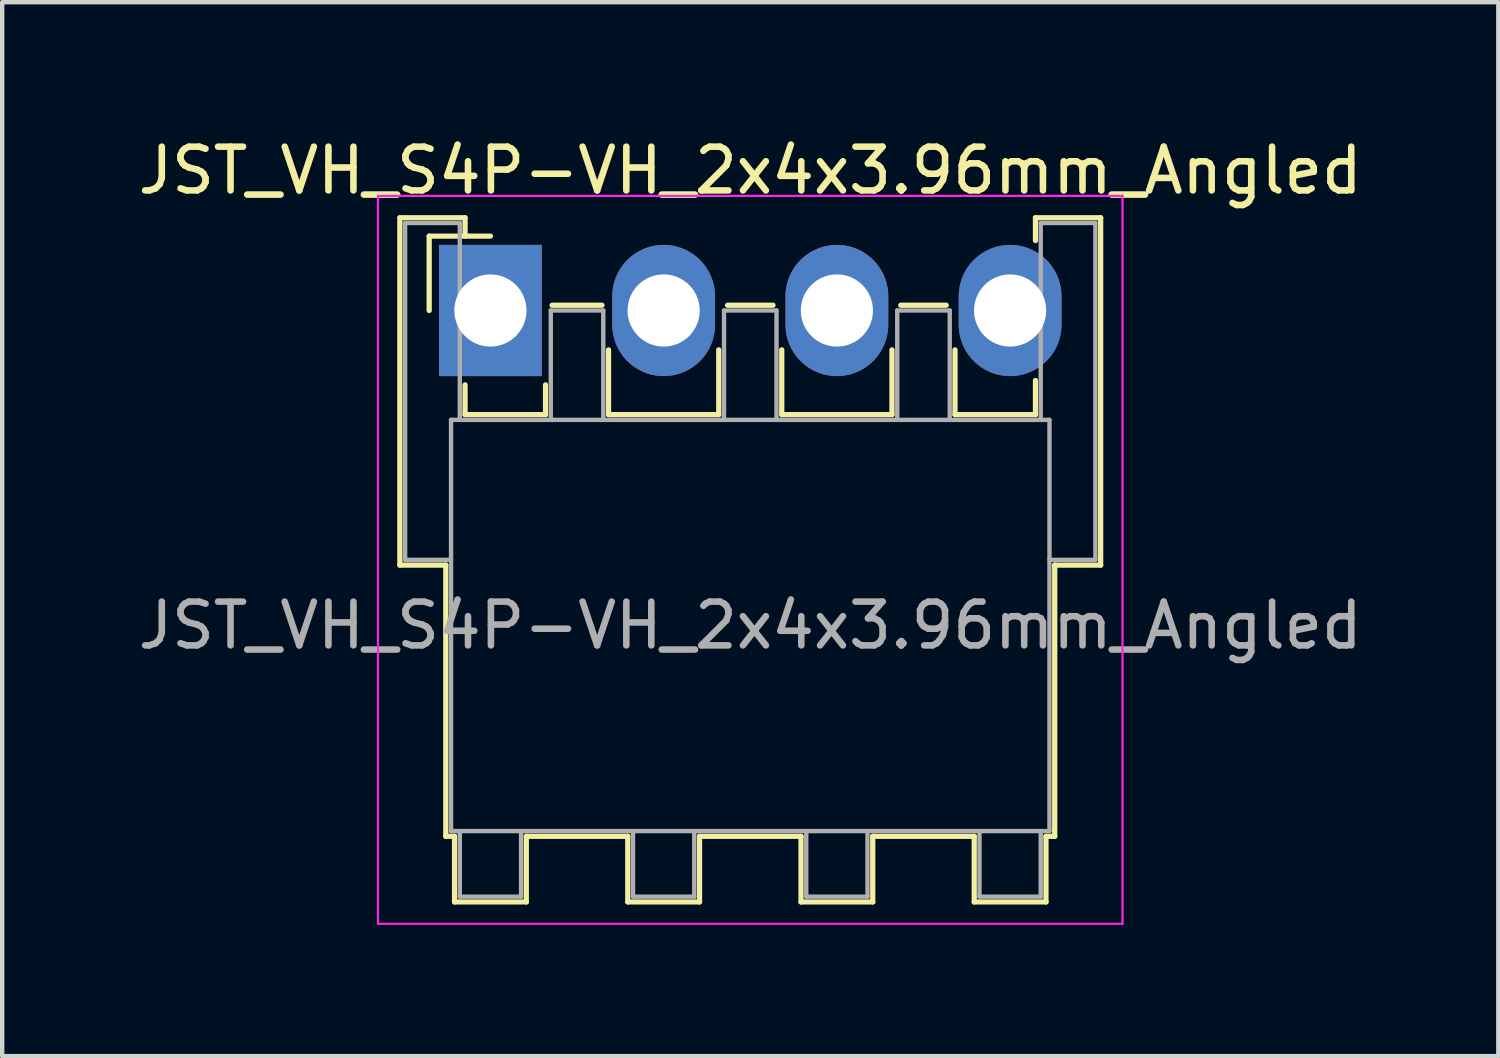
<source format=kicad_pcb>
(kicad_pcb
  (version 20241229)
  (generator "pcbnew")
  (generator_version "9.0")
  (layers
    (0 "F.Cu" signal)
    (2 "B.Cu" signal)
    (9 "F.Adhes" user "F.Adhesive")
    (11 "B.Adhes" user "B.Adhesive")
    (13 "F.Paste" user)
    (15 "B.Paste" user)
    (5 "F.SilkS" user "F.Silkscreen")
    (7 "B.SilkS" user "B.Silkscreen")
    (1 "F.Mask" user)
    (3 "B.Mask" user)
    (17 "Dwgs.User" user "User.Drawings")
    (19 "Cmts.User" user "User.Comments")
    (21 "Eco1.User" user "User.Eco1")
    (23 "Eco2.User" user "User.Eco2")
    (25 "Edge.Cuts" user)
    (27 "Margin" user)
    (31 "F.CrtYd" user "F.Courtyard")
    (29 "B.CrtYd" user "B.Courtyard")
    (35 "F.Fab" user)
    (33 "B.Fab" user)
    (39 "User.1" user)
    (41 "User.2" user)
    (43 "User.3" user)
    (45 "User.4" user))
  (footprint "JST_VH_S4P-VH_2x4x3.96mm_Angled"
    (layer "F.Cu")
    (at 8.161 4.048)
    (property "Reference" "JST_VH_S4P-VH_2x4x3.96mm_Angled" (at 5.94 -3.2 0) (layer "F.SilkS") (effects (font (size 1 1) (thickness 0.15))))
    (attr through_hole)
    (fp_line (start -2.07 -2.12) (end -0.58 -2.12) (stroke (width 0.12) (type solid)) (layer "F.SilkS"))
    (fp_line (start -2.07 5.82) (end -2.07 -2.12) (stroke (width 0.12) (type solid)) (layer "F.SilkS"))
    (fp_line (start -1.4 -1.7) (end -1.4 0) (stroke (width 0.12) (type solid)) (layer "F.SilkS"))
    (fp_line (start -1.02 5.82) (end -2.07 5.82) (stroke (width 0.12) (type solid)) (layer "F.SilkS"))
    (fp_line (start -1.02 5.82) (end -1.02 12.02) (stroke (width 0.12) (type solid)) (layer "F.SilkS"))
    (fp_line (start -1.02 12.02) (end -0.82 12.02) (stroke (width 0.12) (type solid)) (layer "F.SilkS"))
    (fp_line (start -0.82 12.02) (end -0.82 13.52) (stroke (width 0.12) (type solid)) (layer "F.SilkS"))
    (fp_line (start -0.82 13.52) (end 0.82 13.52) (stroke (width 0.12) (type solid)) (layer "F.SilkS"))
    (fp_line (start -0.58 -2.12) (end -0.58 -1.7) (stroke (width 0.12) (type solid)) (layer "F.SilkS"))
    (fp_line (start -0.58 1.7) (end -0.58 2.38) (stroke (width 0.12) (type solid)) (layer "F.SilkS"))
    (fp_line (start -0.58 2.38) (end 1.26 2.38) (stroke (width 0.12) (type solid)) (layer "F.SilkS"))
    (fp_line (start 0 -1.7) (end -1.4 -1.7) (stroke (width 0.12) (type solid)) (layer "F.SilkS"))
    (fp_line (start 0.82 12.02) (end 3.14 12.02) (stroke (width 0.12) (type solid)) (layer "F.SilkS"))
    (fp_line (start 0.82 13.52) (end 0.82 12.02) (stroke (width 0.12) (type solid)) (layer "F.SilkS"))
    (fp_line (start 1.26 2.38) (end 1.26 1.7) (stroke (width 0.12) (type solid)) (layer "F.SilkS"))
    (fp_line (start 1.41 -0.12) (end 2.55 -0.12) (stroke (width 0.12) (type solid)) (layer "F.SilkS"))
    (fp_line (start 2.7 0.9) (end 2.7 2.38) (stroke (width 0.12) (type solid)) (layer "F.SilkS"))
    (fp_line (start 2.7 2.38) (end 5.22 2.38) (stroke (width 0.12) (type solid)) (layer "F.SilkS"))
    (fp_line (start 3.14 12.02) (end 3.14 13.52) (stroke (width 0.12) (type solid)) (layer "F.SilkS"))
    (fp_line (start 3.14 13.52) (end 4.78 13.52) (stroke (width 0.12) (type solid)) (layer "F.SilkS"))
    (fp_line (start 4.78 12.02) (end 7.1 12.02) (stroke (width 0.12) (type solid)) (layer "F.SilkS"))
    (fp_line (start 4.78 13.52) (end 4.78 12.02) (stroke (width 0.12) (type solid)) (layer "F.SilkS"))
    (fp_line (start 5.22 2.38) (end 5.22 0.9) (stroke (width 0.12) (type solid)) (layer "F.SilkS"))
    (fp_line (start 5.42 -0.12) (end 6.46 -0.12) (stroke (width 0.12) (type solid)) (layer "F.SilkS"))
    (fp_line (start 6.66 0.9) (end 6.66 2.38) (stroke (width 0.12) (type solid)) (layer "F.SilkS"))
    (fp_line (start 6.66 2.38) (end 9.18 2.38) (stroke (width 0.12) (type solid)) (layer "F.SilkS"))
    (fp_line (start 7.1 12.02) (end 7.1 13.52) (stroke (width 0.12) (type solid)) (layer "F.SilkS"))
    (fp_line (start 7.1 13.52) (end 8.74 13.52) (stroke (width 0.12) (type solid)) (layer "F.SilkS"))
    (fp_line (start 8.74 12.02) (end 11.06 12.02) (stroke (width 0.12) (type solid)) (layer "F.SilkS"))
    (fp_line (start 8.74 13.52) (end 8.74 12.02) (stroke (width 0.12) (type solid)) (layer "F.SilkS"))
    (fp_line (start 9.18 2.38) (end 9.18 0.9) (stroke (width 0.12) (type solid)) (layer "F.SilkS"))
    (fp_line (start 9.38 -0.12) (end 10.42 -0.12) (stroke (width 0.12) (type solid)) (layer "F.SilkS"))
    (fp_line (start 10.62 0.9) (end 10.62 2.38) (stroke (width 0.12) (type solid)) (layer "F.SilkS"))
    (fp_line (start 10.62 2.38) (end 12.46 2.38) (stroke (width 0.12) (type solid)) (layer "F.SilkS"))
    (fp_line (start 11.06 12.02) (end 11.06 13.52) (stroke (width 0.12) (type solid)) (layer "F.SilkS"))
    (fp_line (start 11.06 13.52) (end 12.7 13.52) (stroke (width 0.12) (type solid)) (layer "F.SilkS"))
    (fp_line (start 12.46 -2.12) (end 13.95 -2.12) (stroke (width 0.12) (type solid)) (layer "F.SilkS"))
    (fp_line (start 12.46 -1.6) (end 12.46 -2.12) (stroke (width 0.12) (type solid)) (layer "F.SilkS"))
    (fp_line (start 12.46 2.38) (end 12.46 1.6) (stroke (width 0.12) (type solid)) (layer "F.SilkS"))
    (fp_line (start 12.7 12.02) (end 12.9 12.02) (stroke (width 0.12) (type solid)) (layer "F.SilkS"))
    (fp_line (start 12.7 13.52) (end 12.7 12.02) (stroke (width 0.12) (type solid)) (layer "F.SilkS"))
    (fp_line (start 12.9 12.02) (end 12.9 5.82) (stroke (width 0.12) (type solid)) (layer "F.SilkS"))
    (fp_line (start 13.95 -2.12) (end 13.95 5.82) (stroke (width 0.12) (type solid)) (layer "F.SilkS"))
    (fp_line (start 13.95 5.82) (end 12.9 5.82) (stroke (width 0.12) (type solid)) (layer "F.SilkS"))
    (fp_line (start -2.57 -2.62) (end -2.57 14.02) (stroke (width 0.05) (type solid)) (layer "F.CrtYd"))
    (fp_line (start -2.57 14.02) (end 14.45 14.02) (stroke (width 0.05) (type solid)) (layer "F.CrtYd"))
    (fp_line (start 14.45 -2.62) (end -2.57 -2.62) (stroke (width 0.05) (type solid)) (layer "F.CrtYd"))
    (fp_line (start 14.45 14.02) (end 14.45 -2.62) (stroke (width 0.05) (type solid)) (layer "F.CrtYd"))
    (fp_line (start -1.95 -2) (end -0.7 -2) (stroke (width 0.1) (type solid)) (layer "F.Fab"))
    (fp_line (start -1.95 5.7) (end -1.95 -2) (stroke (width 0.1) (type solid)) (layer "F.Fab"))
    (fp_line (start -0.9 2.5) (end -0.9 11.9) (stroke (width 0.1) (type solid)) (layer "F.Fab"))
    (fp_line (start -0.9 5.7) (end -1.95 5.7) (stroke (width 0.1) (type solid)) (layer "F.Fab"))
    (fp_line (start -0.9 11.9) (end 12.78 11.9) (stroke (width 0.1) (type solid)) (layer "F.Fab"))
    (fp_line (start -0.7 -2) (end -0.7 2.5) (stroke (width 0.1) (type solid)) (layer "F.Fab"))
    (fp_line (start -0.7 11.9) (end -0.7 13.4) (stroke (width 0.1) (type solid)) (layer "F.Fab"))
    (fp_line (start -0.7 13.4) (end 0.7 13.4) (stroke (width 0.1) (type solid)) (layer "F.Fab"))
    (fp_line (start 0.7 13.4) (end 0.7 11.9) (stroke (width 0.1) (type solid)) (layer "F.Fab"))
    (fp_line (start 1.38 0) (end 2.58 0) (stroke (width 0.1) (type solid)) (layer "F.Fab"))
    (fp_line (start 1.38 2.5) (end 1.38 0) (stroke (width 0.1) (type solid)) (layer "F.Fab"))
    (fp_line (start 2.58 0) (end 2.58 2.5) (stroke (width 0.1) (type solid)) (layer "F.Fab"))
    (fp_line (start 3.26 11.9) (end 3.26 13.4) (stroke (width 0.1) (type solid)) (layer "F.Fab"))
    (fp_line (start 3.26 13.4) (end 4.66 13.4) (stroke (width 0.1) (type solid)) (layer "F.Fab"))
    (fp_line (start 4.66 13.4) (end 4.66 11.9) (stroke (width 0.1) (type solid)) (layer "F.Fab"))
    (fp_line (start 5.34 0) (end 6.54 0) (stroke (width 0.1) (type solid)) (layer "F.Fab"))
    (fp_line (start 5.34 2.5) (end 5.34 0) (stroke (width 0.1) (type solid)) (layer "F.Fab"))
    (fp_line (start 6.54 0) (end 6.54 2.5) (stroke (width 0.1) (type solid)) (layer "F.Fab"))
    (fp_line (start 7.22 11.9) (end 7.22 13.4) (stroke (width 0.1) (type solid)) (layer "F.Fab"))
    (fp_line (start 7.22 13.4) (end 8.62 13.4) (stroke (width 0.1) (type solid)) (layer "F.Fab"))
    (fp_line (start 8.62 13.4) (end 8.62 11.9) (stroke (width 0.1) (type solid)) (layer "F.Fab"))
    (fp_line (start 9.3 0) (end 10.5 0) (stroke (width 0.1) (type solid)) (layer "F.Fab"))
    (fp_line (start 9.3 2.5) (end 9.3 0) (stroke (width 0.1) (type solid)) (layer "F.Fab"))
    (fp_line (start 10.5 0) (end 10.5 2.5) (stroke (width 0.1) (type solid)) (layer "F.Fab"))
    (fp_line (start 11.18 11.9) (end 11.18 13.4) (stroke (width 0.1) (type solid)) (layer "F.Fab"))
    (fp_line (start 11.18 13.4) (end 12.58 13.4) (stroke (width 0.1) (type solid)) (layer "F.Fab"))
    (fp_line (start 12.58 -2) (end 13.83 -2) (stroke (width 0.1) (type solid)) (layer "F.Fab"))
    (fp_line (start 12.58 2.5) (end 12.58 -2) (stroke (width 0.1) (type solid)) (layer "F.Fab"))
    (fp_line (start 12.58 13.4) (end 12.58 11.9) (stroke (width 0.1) (type solid)) (layer "F.Fab"))
    (fp_line (start 12.78 2.5) (end -0.9 2.5) (stroke (width 0.1) (type solid)) (layer "F.Fab"))
    (fp_line (start 12.78 11.9) (end 12.78 2.5) (stroke (width 0.1) (type solid)) (layer "F.Fab"))
    (fp_line (start 13.83 -2) (end 13.83 5.7) (stroke (width 0.1) (type solid)) (layer "F.Fab"))
    (fp_line (start 13.83 5.7) (end 12.78 5.7) (stroke (width 0.1) (type solid)) (layer "F.Fab"))
    (fp_text user "${REFERENCE}" (at 5.94 7.2 0) (layer "F.Fab") (effects (font (size 1 1) (thickness 0.15))))
    (pad "1" thru_hole rect (at 0 0) (size 2.35 3) (drill 1.65) (layers "*.Cu" "*.Mask"))
    (pad "2" thru_hole oval (at 3.96 0) (size 2.35 3) (drill 1.65) (layers "*.Cu" "*.Mask"))
    (pad "3" thru_hole oval (at 7.92 0) (size 2.35 3) (drill 1.65) (layers "*.Cu" "*.Mask"))
    (pad "4" thru_hole oval (at 11.88 0) (size 2.35 3) (drill 1.65) (layers "*.Cu" "*.Mask")))
  (gr_rect
    (start -3 -3)
    (end 31.202 21.093)
    (stroke (width 0.1) (type default))
    (fill no)
    (layer "Edge.Cuts")))
</source>
